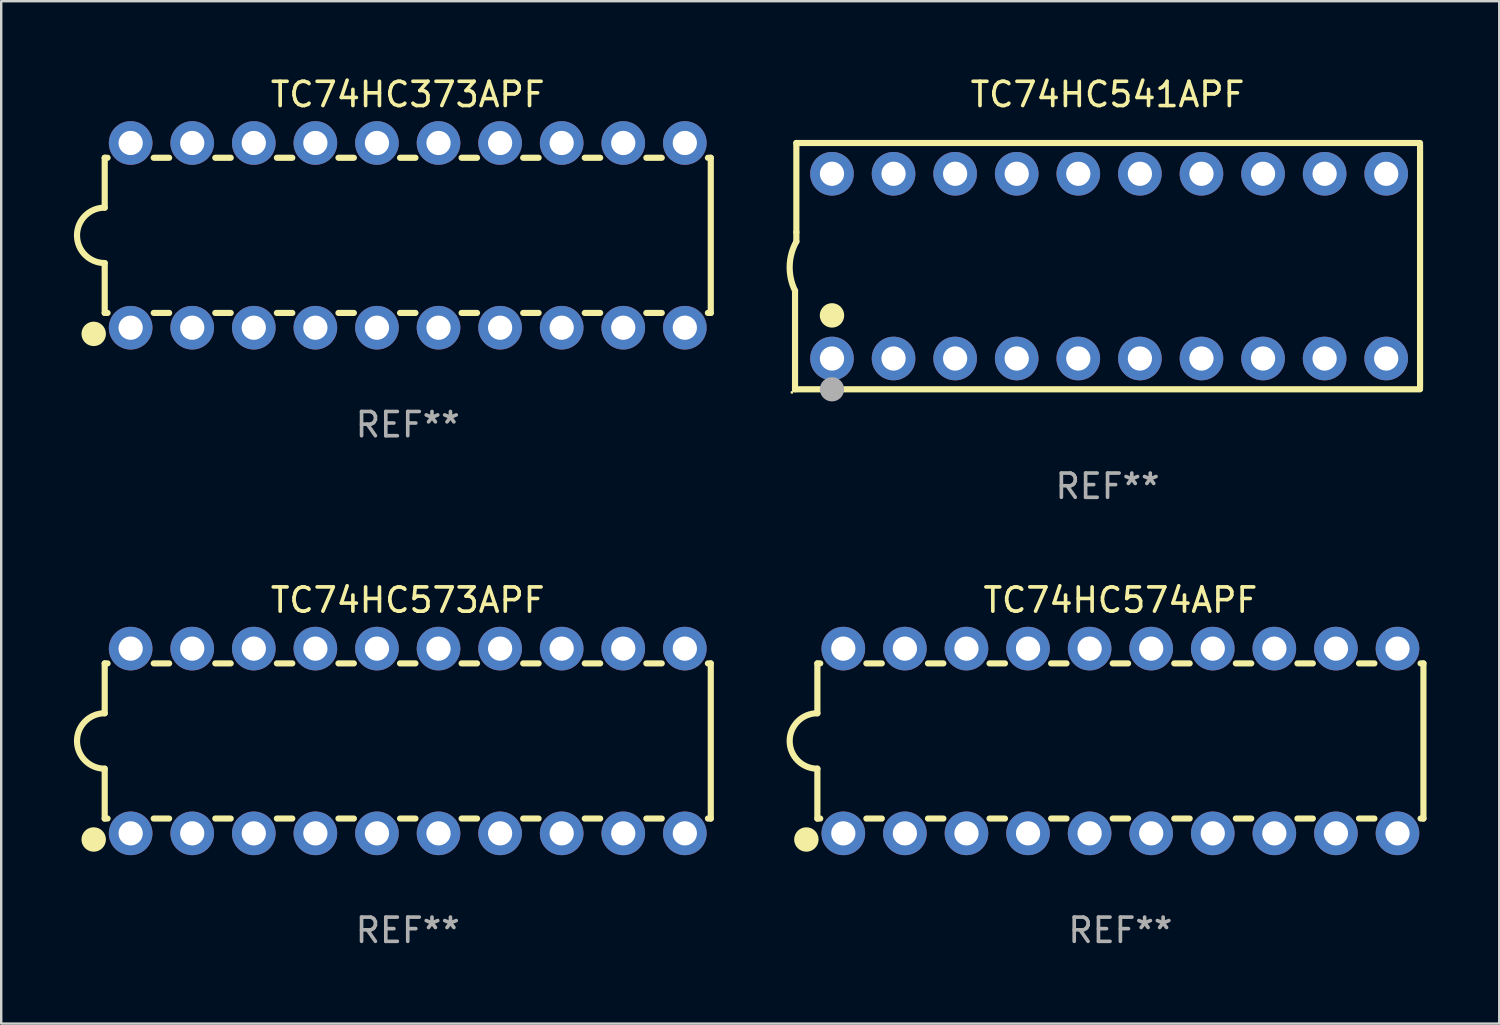
<source format=kicad_pcb>
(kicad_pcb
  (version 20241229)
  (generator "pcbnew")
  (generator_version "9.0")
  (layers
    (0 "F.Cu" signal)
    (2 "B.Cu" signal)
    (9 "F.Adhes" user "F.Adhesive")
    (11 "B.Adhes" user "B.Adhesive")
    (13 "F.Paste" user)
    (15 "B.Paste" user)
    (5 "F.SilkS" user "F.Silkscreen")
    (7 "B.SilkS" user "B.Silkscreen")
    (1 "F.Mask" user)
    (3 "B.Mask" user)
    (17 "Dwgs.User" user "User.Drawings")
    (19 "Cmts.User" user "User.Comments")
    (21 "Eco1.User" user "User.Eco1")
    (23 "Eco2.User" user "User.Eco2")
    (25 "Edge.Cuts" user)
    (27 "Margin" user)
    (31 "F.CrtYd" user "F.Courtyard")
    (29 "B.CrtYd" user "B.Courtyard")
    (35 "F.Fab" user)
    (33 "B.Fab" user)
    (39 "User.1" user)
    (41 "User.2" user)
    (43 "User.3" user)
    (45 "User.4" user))
  (footprint "TC74HC574APF"
    (layer "F.Cu")
    (at 43.166 27.515)
    (property "Reference" "TC74HC574APF" (at 0 -5.81 0) (layer "F.SilkS") (effects (font (size 1 1) (thickness 0.15))))
    (attr through_hole)
    (fp_line (start -12.5 -3.2) (end -12.5 -1.143) (stroke (width 0.254) (type solid)) (layer "F.SilkS"))
    (fp_line (start -12.5 -3.2) (end -12.382 -3.2) (stroke (width 0.254) (type solid)) (layer "F.SilkS"))
    (fp_line (start -12.5 3.2) (end -12.5 1.143) (stroke (width 0.254) (type solid)) (layer "F.SilkS"))
    (fp_line (start -12.5 3.2) (end -12.382 3.2) (stroke (width 0.254) (type solid)) (layer "F.SilkS"))
    (fp_line (start -10.478 -3.2) (end -9.842 -3.2) (stroke (width 0.254) (type solid)) (layer "F.SilkS"))
    (fp_line (start -10.478 3.2) (end -9.842 3.2) (stroke (width 0.254) (type solid)) (layer "F.SilkS"))
    (fp_line (start -7.938 -3.2) (end -7.302 -3.2) (stroke (width 0.254) (type solid)) (layer "F.SilkS"))
    (fp_line (start -7.938 3.2) (end -7.302 3.2) (stroke (width 0.254) (type solid)) (layer "F.SilkS"))
    (fp_line (start -5.398 -3.2) (end -4.762 -3.2) (stroke (width 0.254) (type solid)) (layer "F.SilkS"))
    (fp_line (start -5.398 3.2) (end -4.762 3.2) (stroke (width 0.254) (type solid)) (layer "F.SilkS"))
    (fp_line (start -2.858 -3.2) (end -2.222 -3.2) (stroke (width 0.254) (type solid)) (layer "F.SilkS"))
    (fp_line (start -2.858 3.2) (end -2.222 3.2) (stroke (width 0.254) (type solid)) (layer "F.SilkS"))
    (fp_line (start -0.318 -3.2) (end 0.318 -3.2) (stroke (width 0.254) (type solid)) (layer "F.SilkS"))
    (fp_line (start -0.318 3.2) (end 0.318 3.2) (stroke (width 0.254) (type solid)) (layer "F.SilkS"))
    (fp_line (start 2.222 -3.2) (end 2.858 -3.2) (stroke (width 0.254) (type solid)) (layer "F.SilkS"))
    (fp_line (start 2.222 3.2) (end 2.858 3.2) (stroke (width 0.254) (type solid)) (layer "F.SilkS"))
    (fp_line (start 4.762 -3.2) (end 5.398 -3.2) (stroke (width 0.254) (type solid)) (layer "F.SilkS"))
    (fp_line (start 4.762 3.2) (end 5.398 3.2) (stroke (width 0.254) (type solid)) (layer "F.SilkS"))
    (fp_line (start 7.302 -3.2) (end 7.938 -3.2) (stroke (width 0.254) (type solid)) (layer "F.SilkS"))
    (fp_line (start 7.302 3.2) (end 7.938 3.2) (stroke (width 0.254) (type solid)) (layer "F.SilkS"))
    (fp_line (start 9.842 -3.2) (end 10.478 -3.2) (stroke (width 0.254) (type solid)) (layer "F.SilkS"))
    (fp_line (start 9.842 3.2) (end 10.478 3.2) (stroke (width 0.254) (type solid)) (layer "F.SilkS"))
    (fp_line (start 12.382 -3.2) (end 12.5 -3.2) (stroke (width 0.254) (type solid)) (layer "F.SilkS"))
    (fp_line (start 12.382 3.2) (end 12.5 3.2) (stroke (width 0.254) (type solid)) (layer "F.SilkS"))
    (fp_line (start 12.5 -3.2) (end 12.5 3.2) (stroke (width 0.254) (type solid)) (layer "F.SilkS"))
    (fp_arc (start -12.500025 1.143002) (mid -13.642367 -0.00033) (end -12.499365 -1.143002) (stroke (width 0.254001) (type solid)) (layer "F.SilkS"))
    (fp_circle (center -12.954 4.064) (end -12.7 4.064) (stroke (width 0.5) (type solid)) (fill no) (layer "F.SilkS"))
    (fp_text user "REF**" (at 0 7.81 0) (layer "F.Fab") (effects (font (size 1 1) (thickness 0.15))))
    (pad "1" thru_hole circle (at -11.43 3.81) (size 1.8 1.8) (drill 1) (layers "*.Cu" "*.Mask"))
    (pad "2" thru_hole circle (at -8.89 3.81) (size 1.8 1.8) (drill 1) (layers "*.Cu" "*.Mask"))
    (pad "3" thru_hole circle (at -6.35 3.81) (size 1.8 1.8) (drill 1) (layers "*.Cu" "*.Mask"))
    (pad "4" thru_hole circle (at -3.81 3.81) (size 1.8 1.8) (drill 1) (layers "*.Cu" "*.Mask"))
    (pad "5" thru_hole circle (at -1.27 3.81) (size 1.8 1.8) (drill 1) (layers "*.Cu" "*.Mask"))
    (pad "6" thru_hole circle (at 1.27 3.81) (size 1.8 1.8) (drill 1) (layers "*.Cu" "*.Mask"))
    (pad "7" thru_hole circle (at 3.81 3.81) (size 1.8 1.8) (drill 1) (layers "*.Cu" "*.Mask"))
    (pad "8" thru_hole circle (at 6.35 3.81) (size 1.8 1.8) (drill 1) (layers "*.Cu" "*.Mask"))
    (pad "9" thru_hole circle (at 8.89 3.81) (size 1.8 1.8) (drill 1) (layers "*.Cu" "*.Mask"))
    (pad "10" thru_hole circle (at 11.43 3.81) (size 1.8 1.8) (drill 1) (layers "*.Cu" "*.Mask"))
    (pad "11" thru_hole circle (at 11.43 -3.81) (size 1.8 1.8) (drill 1) (layers "*.Cu" "*.Mask"))
    (pad "12" thru_hole circle (at 8.89 -3.81) (size 1.8 1.8) (drill 1) (layers "*.Cu" "*.Mask"))
    (pad "13" thru_hole circle (at 6.35 -3.81) (size 1.8 1.8) (drill 1) (layers "*.Cu" "*.Mask"))
    (pad "14" thru_hole circle (at 3.81 -3.81) (size 1.8 1.8) (drill 1) (layers "*.Cu" "*.Mask"))
    (pad "15" thru_hole circle (at 1.27 -3.81) (size 1.8 1.8) (drill 1) (layers "*.Cu" "*.Mask"))
    (pad "16" thru_hole circle (at -1.27 -3.81) (size 1.8 1.8) (drill 1) (layers "*.Cu" "*.Mask"))
    (pad "17" thru_hole circle (at -3.81 -3.81) (size 1.8 1.8) (drill 1) (layers "*.Cu" "*.Mask"))
    (pad "18" thru_hole circle (at -6.35 -3.81) (size 1.8 1.8) (drill 1) (layers "*.Cu" "*.Mask"))
    (pad "19" thru_hole circle (at -8.89 -3.81) (size 1.8 1.8) (drill 1) (layers "*.Cu" "*.Mask"))
    (pad "20" thru_hole circle (at -11.43 -3.81) (size 1.8 1.8) (drill 1) (layers "*.Cu" "*.Mask")))
  (footprint "TC74HC573APF"
    (layer "F.Cu")
    (at 13.769 27.515)
    (property "Reference" "TC74HC573APF" (at 0 -5.81 0) (layer "F.SilkS") (effects (font (size 1 1) (thickness 0.15))))
    (attr through_hole)
    (fp_line (start -12.5 -3.2) (end -12.5 -1.143) (stroke (width 0.254) (type solid)) (layer "F.SilkS"))
    (fp_line (start -12.5 -3.2) (end -12.382 -3.2) (stroke (width 0.254) (type solid)) (layer "F.SilkS"))
    (fp_line (start -12.5 3.2) (end -12.5 1.143) (stroke (width 0.254) (type solid)) (layer "F.SilkS"))
    (fp_line (start -12.5 3.2) (end -12.382 3.2) (stroke (width 0.254) (type solid)) (layer "F.SilkS"))
    (fp_line (start -10.478 -3.2) (end -9.842 -3.2) (stroke (width 0.254) (type solid)) (layer "F.SilkS"))
    (fp_line (start -10.478 3.2) (end -9.842 3.2) (stroke (width 0.254) (type solid)) (layer "F.SilkS"))
    (fp_line (start -7.938 -3.2) (end -7.302 -3.2) (stroke (width 0.254) (type solid)) (layer "F.SilkS"))
    (fp_line (start -7.938 3.2) (end -7.302 3.2) (stroke (width 0.254) (type solid)) (layer "F.SilkS"))
    (fp_line (start -5.398 -3.2) (end -4.762 -3.2) (stroke (width 0.254) (type solid)) (layer "F.SilkS"))
    (fp_line (start -5.398 3.2) (end -4.762 3.2) (stroke (width 0.254) (type solid)) (layer "F.SilkS"))
    (fp_line (start -2.858 -3.2) (end -2.222 -3.2) (stroke (width 0.254) (type solid)) (layer "F.SilkS"))
    (fp_line (start -2.858 3.2) (end -2.222 3.2) (stroke (width 0.254) (type solid)) (layer "F.SilkS"))
    (fp_line (start -0.318 -3.2) (end 0.318 -3.2) (stroke (width 0.254) (type solid)) (layer "F.SilkS"))
    (fp_line (start -0.318 3.2) (end 0.318 3.2) (stroke (width 0.254) (type solid)) (layer "F.SilkS"))
    (fp_line (start 2.222 -3.2) (end 2.858 -3.2) (stroke (width 0.254) (type solid)) (layer "F.SilkS"))
    (fp_line (start 2.222 3.2) (end 2.858 3.2) (stroke (width 0.254) (type solid)) (layer "F.SilkS"))
    (fp_line (start 4.762 -3.2) (end 5.398 -3.2) (stroke (width 0.254) (type solid)) (layer "F.SilkS"))
    (fp_line (start 4.762 3.2) (end 5.398 3.2) (stroke (width 0.254) (type solid)) (layer "F.SilkS"))
    (fp_line (start 7.302 -3.2) (end 7.938 -3.2) (stroke (width 0.254) (type solid)) (layer "F.SilkS"))
    (fp_line (start 7.302 3.2) (end 7.938 3.2) (stroke (width 0.254) (type solid)) (layer "F.SilkS"))
    (fp_line (start 9.842 -3.2) (end 10.478 -3.2) (stroke (width 0.254) (type solid)) (layer "F.SilkS"))
    (fp_line (start 9.842 3.2) (end 10.478 3.2) (stroke (width 0.254) (type solid)) (layer "F.SilkS"))
    (fp_line (start 12.382 -3.2) (end 12.5 -3.2) (stroke (width 0.254) (type solid)) (layer "F.SilkS"))
    (fp_line (start 12.382 3.2) (end 12.5 3.2) (stroke (width 0.254) (type solid)) (layer "F.SilkS"))
    (fp_line (start 12.5 -3.2) (end 12.5 3.2) (stroke (width 0.254) (type solid)) (layer "F.SilkS"))
    (fp_arc (start -12.500025 1.143002) (mid -13.642367 -0.00033) (end -12.499365 -1.143002) (stroke (width 0.254001) (type solid)) (layer "F.SilkS"))
    (fp_circle (center -12.954 4.064) (end -12.7 4.064) (stroke (width 0.5) (type solid)) (fill no) (layer "F.SilkS"))
    (fp_text user "REF**" (at 0 7.81 0) (layer "F.Fab") (effects (font (size 1 1) (thickness 0.15))))
    (pad "1" thru_hole circle (at -11.43 3.81) (size 1.8 1.8) (drill 1) (layers "*.Cu" "*.Mask"))
    (pad "2" thru_hole circle (at -8.89 3.81) (size 1.8 1.8) (drill 1) (layers "*.Cu" "*.Mask"))
    (pad "3" thru_hole circle (at -6.35 3.81) (size 1.8 1.8) (drill 1) (layers "*.Cu" "*.Mask"))
    (pad "4" thru_hole circle (at -3.81 3.81) (size 1.8 1.8) (drill 1) (layers "*.Cu" "*.Mask"))
    (pad "5" thru_hole circle (at -1.27 3.81) (size 1.8 1.8) (drill 1) (layers "*.Cu" "*.Mask"))
    (pad "6" thru_hole circle (at 1.27 3.81) (size 1.8 1.8) (drill 1) (layers "*.Cu" "*.Mask"))
    (pad "7" thru_hole circle (at 3.81 3.81) (size 1.8 1.8) (drill 1) (layers "*.Cu" "*.Mask"))
    (pad "8" thru_hole circle (at 6.35 3.81) (size 1.8 1.8) (drill 1) (layers "*.Cu" "*.Mask"))
    (pad "9" thru_hole circle (at 8.89 3.81) (size 1.8 1.8) (drill 1) (layers "*.Cu" "*.Mask"))
    (pad "10" thru_hole circle (at 11.43 3.81) (size 1.8 1.8) (drill 1) (layers "*.Cu" "*.Mask"))
    (pad "11" thru_hole circle (at 11.43 -3.81) (size 1.8 1.8) (drill 1) (layers "*.Cu" "*.Mask"))
    (pad "12" thru_hole circle (at 8.89 -3.81) (size 1.8 1.8) (drill 1) (layers "*.Cu" "*.Mask"))
    (pad "13" thru_hole circle (at 6.35 -3.81) (size 1.8 1.8) (drill 1) (layers "*.Cu" "*.Mask"))
    (pad "14" thru_hole circle (at 3.81 -3.81) (size 1.8 1.8) (drill 1) (layers "*.Cu" "*.Mask"))
    (pad "15" thru_hole circle (at 1.27 -3.81) (size 1.8 1.8) (drill 1) (layers "*.Cu" "*.Mask"))
    (pad "16" thru_hole circle (at -1.27 -3.81) (size 1.8 1.8) (drill 1) (layers "*.Cu" "*.Mask"))
    (pad "17" thru_hole circle (at -3.81 -3.81) (size 1.8 1.8) (drill 1) (layers "*.Cu" "*.Mask"))
    (pad "18" thru_hole circle (at -6.35 -3.81) (size 1.8 1.8) (drill 1) (layers "*.Cu" "*.Mask"))
    (pad "19" thru_hole circle (at -8.89 -3.81) (size 1.8 1.8) (drill 1) (layers "*.Cu" "*.Mask"))
    (pad "20" thru_hole circle (at -11.43 -3.81) (size 1.8 1.8) (drill 1) (layers "*.Cu" "*.Mask")))
  (footprint "TC74HC373APF"
    (layer "F.Cu")
    (at 13.769 6.658)
    (property "Reference" "TC74HC373APF" (at 0 -5.81 0) (layer "F.SilkS") (effects (font (size 1 1) (thickness 0.15))))
    (attr through_hole)
    (fp_line (start -12.5 -3.2) (end -12.5 -1.143) (stroke (width 0.254) (type solid)) (layer "F.SilkS"))
    (fp_line (start -12.5 -3.2) (end -12.382 -3.2) (stroke (width 0.254) (type solid)) (layer "F.SilkS"))
    (fp_line (start -12.5 3.2) (end -12.5 1.143) (stroke (width 0.254) (type solid)) (layer "F.SilkS"))
    (fp_line (start -12.5 3.2) (end -12.382 3.2) (stroke (width 0.254) (type solid)) (layer "F.SilkS"))
    (fp_line (start -10.478 -3.2) (end -9.842 -3.2) (stroke (width 0.254) (type solid)) (layer "F.SilkS"))
    (fp_line (start -10.478 3.2) (end -9.842 3.2) (stroke (width 0.254) (type solid)) (layer "F.SilkS"))
    (fp_line (start -7.938 -3.2) (end -7.302 -3.2) (stroke (width 0.254) (type solid)) (layer "F.SilkS"))
    (fp_line (start -7.938 3.2) (end -7.302 3.2) (stroke (width 0.254) (type solid)) (layer "F.SilkS"))
    (fp_line (start -5.398 -3.2) (end -4.762 -3.2) (stroke (width 0.254) (type solid)) (layer "F.SilkS"))
    (fp_line (start -5.398 3.2) (end -4.762 3.2) (stroke (width 0.254) (type solid)) (layer "F.SilkS"))
    (fp_line (start -2.858 -3.2) (end -2.222 -3.2) (stroke (width 0.254) (type solid)) (layer "F.SilkS"))
    (fp_line (start -2.858 3.2) (end -2.222 3.2) (stroke (width 0.254) (type solid)) (layer "F.SilkS"))
    (fp_line (start -0.318 -3.2) (end 0.318 -3.2) (stroke (width 0.254) (type solid)) (layer "F.SilkS"))
    (fp_line (start -0.318 3.2) (end 0.318 3.2) (stroke (width 0.254) (type solid)) (layer "F.SilkS"))
    (fp_line (start 2.222 -3.2) (end 2.858 -3.2) (stroke (width 0.254) (type solid)) (layer "F.SilkS"))
    (fp_line (start 2.222 3.2) (end 2.858 3.2) (stroke (width 0.254) (type solid)) (layer "F.SilkS"))
    (fp_line (start 4.762 -3.2) (end 5.398 -3.2) (stroke (width 0.254) (type solid)) (layer "F.SilkS"))
    (fp_line (start 4.762 3.2) (end 5.398 3.2) (stroke (width 0.254) (type solid)) (layer "F.SilkS"))
    (fp_line (start 7.302 -3.2) (end 7.938 -3.2) (stroke (width 0.254) (type solid)) (layer "F.SilkS"))
    (fp_line (start 7.302 3.2) (end 7.938 3.2) (stroke (width 0.254) (type solid)) (layer "F.SilkS"))
    (fp_line (start 9.842 -3.2) (end 10.478 -3.2) (stroke (width 0.254) (type solid)) (layer "F.SilkS"))
    (fp_line (start 9.842 3.2) (end 10.478 3.2) (stroke (width 0.254) (type solid)) (layer "F.SilkS"))
    (fp_line (start 12.382 -3.2) (end 12.5 -3.2) (stroke (width 0.254) (type solid)) (layer "F.SilkS"))
    (fp_line (start 12.382 3.2) (end 12.5 3.2) (stroke (width 0.254) (type solid)) (layer "F.SilkS"))
    (fp_line (start 12.5 -3.2) (end 12.5 3.2) (stroke (width 0.254) (type solid)) (layer "F.SilkS"))
    (fp_arc (start -12.500025 1.143002) (mid -13.642367 -0.00033) (end -12.499365 -1.143002) (stroke (width 0.254001) (type solid)) (layer "F.SilkS"))
    (fp_circle (center -12.954 4.064) (end -12.7 4.064) (stroke (width 0.5) (type solid)) (fill no) (layer "F.SilkS"))
    (fp_text user "REF**" (at 0 7.81 0) (layer "F.Fab") (effects (font (size 1 1) (thickness 0.15))))
    (pad "1" thru_hole circle (at -11.43 3.81) (size 1.8 1.8) (drill 1) (layers "*.Cu" "*.Mask"))
    (pad "2" thru_hole circle (at -8.89 3.81) (size 1.8 1.8) (drill 1) (layers "*.Cu" "*.Mask"))
    (pad "3" thru_hole circle (at -6.35 3.81) (size 1.8 1.8) (drill 1) (layers "*.Cu" "*.Mask"))
    (pad "4" thru_hole circle (at -3.81 3.81) (size 1.8 1.8) (drill 1) (layers "*.Cu" "*.Mask"))
    (pad "5" thru_hole circle (at -1.27 3.81) (size 1.8 1.8) (drill 1) (layers "*.Cu" "*.Mask"))
    (pad "6" thru_hole circle (at 1.27 3.81) (size 1.8 1.8) (drill 1) (layers "*.Cu" "*.Mask"))
    (pad "7" thru_hole circle (at 3.81 3.81) (size 1.8 1.8) (drill 1) (layers "*.Cu" "*.Mask"))
    (pad "8" thru_hole circle (at 6.35 3.81) (size 1.8 1.8) (drill 1) (layers "*.Cu" "*.Mask"))
    (pad "9" thru_hole circle (at 8.89 3.81) (size 1.8 1.8) (drill 1) (layers "*.Cu" "*.Mask"))
    (pad "10" thru_hole circle (at 11.43 3.81) (size 1.8 1.8) (drill 1) (layers "*.Cu" "*.Mask"))
    (pad "11" thru_hole circle (at 11.43 -3.81) (size 1.8 1.8) (drill 1) (layers "*.Cu" "*.Mask"))
    (pad "12" thru_hole circle (at 8.89 -3.81) (size 1.8 1.8) (drill 1) (layers "*.Cu" "*.Mask"))
    (pad "13" thru_hole circle (at 6.35 -3.81) (size 1.8 1.8) (drill 1) (layers "*.Cu" "*.Mask"))
    (pad "14" thru_hole circle (at 3.81 -3.81) (size 1.8 1.8) (drill 1) (layers "*.Cu" "*.Mask"))
    (pad "15" thru_hole circle (at 1.27 -3.81) (size 1.8 1.8) (drill 1) (layers "*.Cu" "*.Mask"))
    (pad "16" thru_hole circle (at -1.27 -3.81) (size 1.8 1.8) (drill 1) (layers "*.Cu" "*.Mask"))
    (pad "17" thru_hole circle (at -3.81 -3.81) (size 1.8 1.8) (drill 1) (layers "*.Cu" "*.Mask"))
    (pad "18" thru_hole circle (at -6.35 -3.81) (size 1.8 1.8) (drill 1) (layers "*.Cu" "*.Mask"))
    (pad "19" thru_hole circle (at -8.89 -3.81) (size 1.8 1.8) (drill 1) (layers "*.Cu" "*.Mask"))
    (pad "20" thru_hole circle (at -11.43 -3.81) (size 1.8 1.8) (drill 1) (layers "*.Cu" "*.Mask")))
  (footprint "TC74HC541APF"
    (layer "F.Cu")
    (at 42.636 7.928)
    (property "Reference" "TC74HC541APF" (at 0 -7.08 0) (layer "F.SilkS") (effects (font (size 1 1) (thickness 0.15))))
    (attr through_hole)
    (fp_line (start -12.891 5.08) (end -12.891 1.016) (stroke (width 0.254) (type solid)) (layer "F.SilkS"))
    (fp_line (start -12.891 5.08) (end 12.891 5.08) (stroke (width 0.254) (type solid)) (layer "F.SilkS"))
    (fp_line (start -12.837 -5.08) (end -12.837 -1.397) (stroke (width 0.254) (type solid)) (layer "F.SilkS"))
    (fp_line (start -12.837 -5.08) (end 12.891 -5.08) (stroke (width 0.254) (type solid)) (layer "F.SilkS"))
    (fp_line (start -12.837 -1.397) (end -12.837 -1.016) (stroke (width 0.254) (type solid)) (layer "F.SilkS"))
    (fp_line (start 12.891 -5) (end 12.891 5) (stroke (width 0.254) (type solid)) (layer "F.SilkS"))
    (fp_arc (start -12.890526 1.016002) (mid -13.111945 -0.006602) (end -12.836525 -1.016002) (stroke (width 0.254001) (type solid)) (layer "F.SilkS"))
    (fp_circle (center -13.018 5.207) (end -12.988 5.207) (stroke (width 0.06) (type solid)) (fill no) (layer "F.SilkS"))
    (fp_circle (center -11.367 2.032) (end -11.113 2.032) (stroke (width 0.5) (type solid)) (fill no) (layer "F.SilkS"))
    (fp_circle (center -11.367 5.08) (end -11.117 5.08) (stroke (width 0.5) (type solid)) (fill no) (layer "F.Fab"))
    (fp_text user "REF**" (at 0 9.08 0) (layer "F.Fab") (effects (font (size 1 1) (thickness 0.15))))
    (pad "1" thru_hole circle (at -11.367 3.81) (size 1.8 1.8) (drill 1) (layers "*.Cu" "*.Mask"))
    (pad "2" thru_hole circle (at -8.827 3.81) (size 1.8 1.8) (drill 1) (layers "*.Cu" "*.Mask"))
    (pad "3" thru_hole circle (at -6.287 3.81) (size 1.8 1.8) (drill 1) (layers "*.Cu" "*.Mask"))
    (pad "4" thru_hole circle (at -3.747 3.81) (size 1.8 1.8) (drill 1) (layers "*.Cu" "*.Mask"))
    (pad "5" thru_hole circle (at -1.207 3.81) (size 1.8 1.8) (drill 1) (layers "*.Cu" "*.Mask"))
    (pad "6" thru_hole circle (at 1.334 3.81) (size 1.8 1.8) (drill 1) (layers "*.Cu" "*.Mask"))
    (pad "7" thru_hole circle (at 3.874 3.81) (size 1.8 1.8) (drill 1) (layers "*.Cu" "*.Mask"))
    (pad "8" thru_hole circle (at 6.414 3.81) (size 1.8 1.8) (drill 1) (layers "*.Cu" "*.Mask"))
    (pad "9" thru_hole circle (at 8.954 3.81) (size 1.8 1.8) (drill 1) (layers "*.Cu" "*.Mask"))
    (pad "10" thru_hole circle (at 11.494 3.81) (size 1.8 1.8) (drill 1) (layers "*.Cu" "*.Mask"))
    (pad "11" thru_hole circle (at 11.494 -3.81) (size 1.8 1.8) (drill 1) (layers "*.Cu" "*.Mask"))
    (pad "12" thru_hole circle (at 8.954 -3.81) (size 1.8 1.8) (drill 1) (layers "*.Cu" "*.Mask"))
    (pad "13" thru_hole circle (at 6.414 -3.81) (size 1.8 1.8) (drill 1) (layers "*.Cu" "*.Mask"))
    (pad "14" thru_hole circle (at 3.874 -3.81) (size 1.8 1.8) (drill 1) (layers "*.Cu" "*.Mask"))
    (pad "15" thru_hole circle (at 1.334 -3.81) (size 1.8 1.8) (drill 1) (layers "*.Cu" "*.Mask"))
    (pad "16" thru_hole circle (at -1.207 -3.81) (size 1.8 1.8) (drill 1) (layers "*.Cu" "*.Mask"))
    (pad "17" thru_hole circle (at -3.747 -3.81) (size 1.8 1.8) (drill 1) (layers "*.Cu" "*.Mask"))
    (pad "18" thru_hole circle (at -6.287 -3.81) (size 1.8 1.8) (drill 1) (layers "*.Cu" "*.Mask"))
    (pad "19" thru_hole circle (at -8.827 -3.81) (size 1.8 1.8) (drill 1) (layers "*.Cu" "*.Mask"))
    (pad "20" thru_hole circle (at -11.367 -3.81) (size 1.8 1.8) (drill 1) (layers "*.Cu" "*.Mask")))
  (gr_rect
    (start -3 -3)
    (end 58.793 39.173)
    (stroke (width 0.1) (type default))
    (fill no)
    (layer "Edge.Cuts")))
</source>
